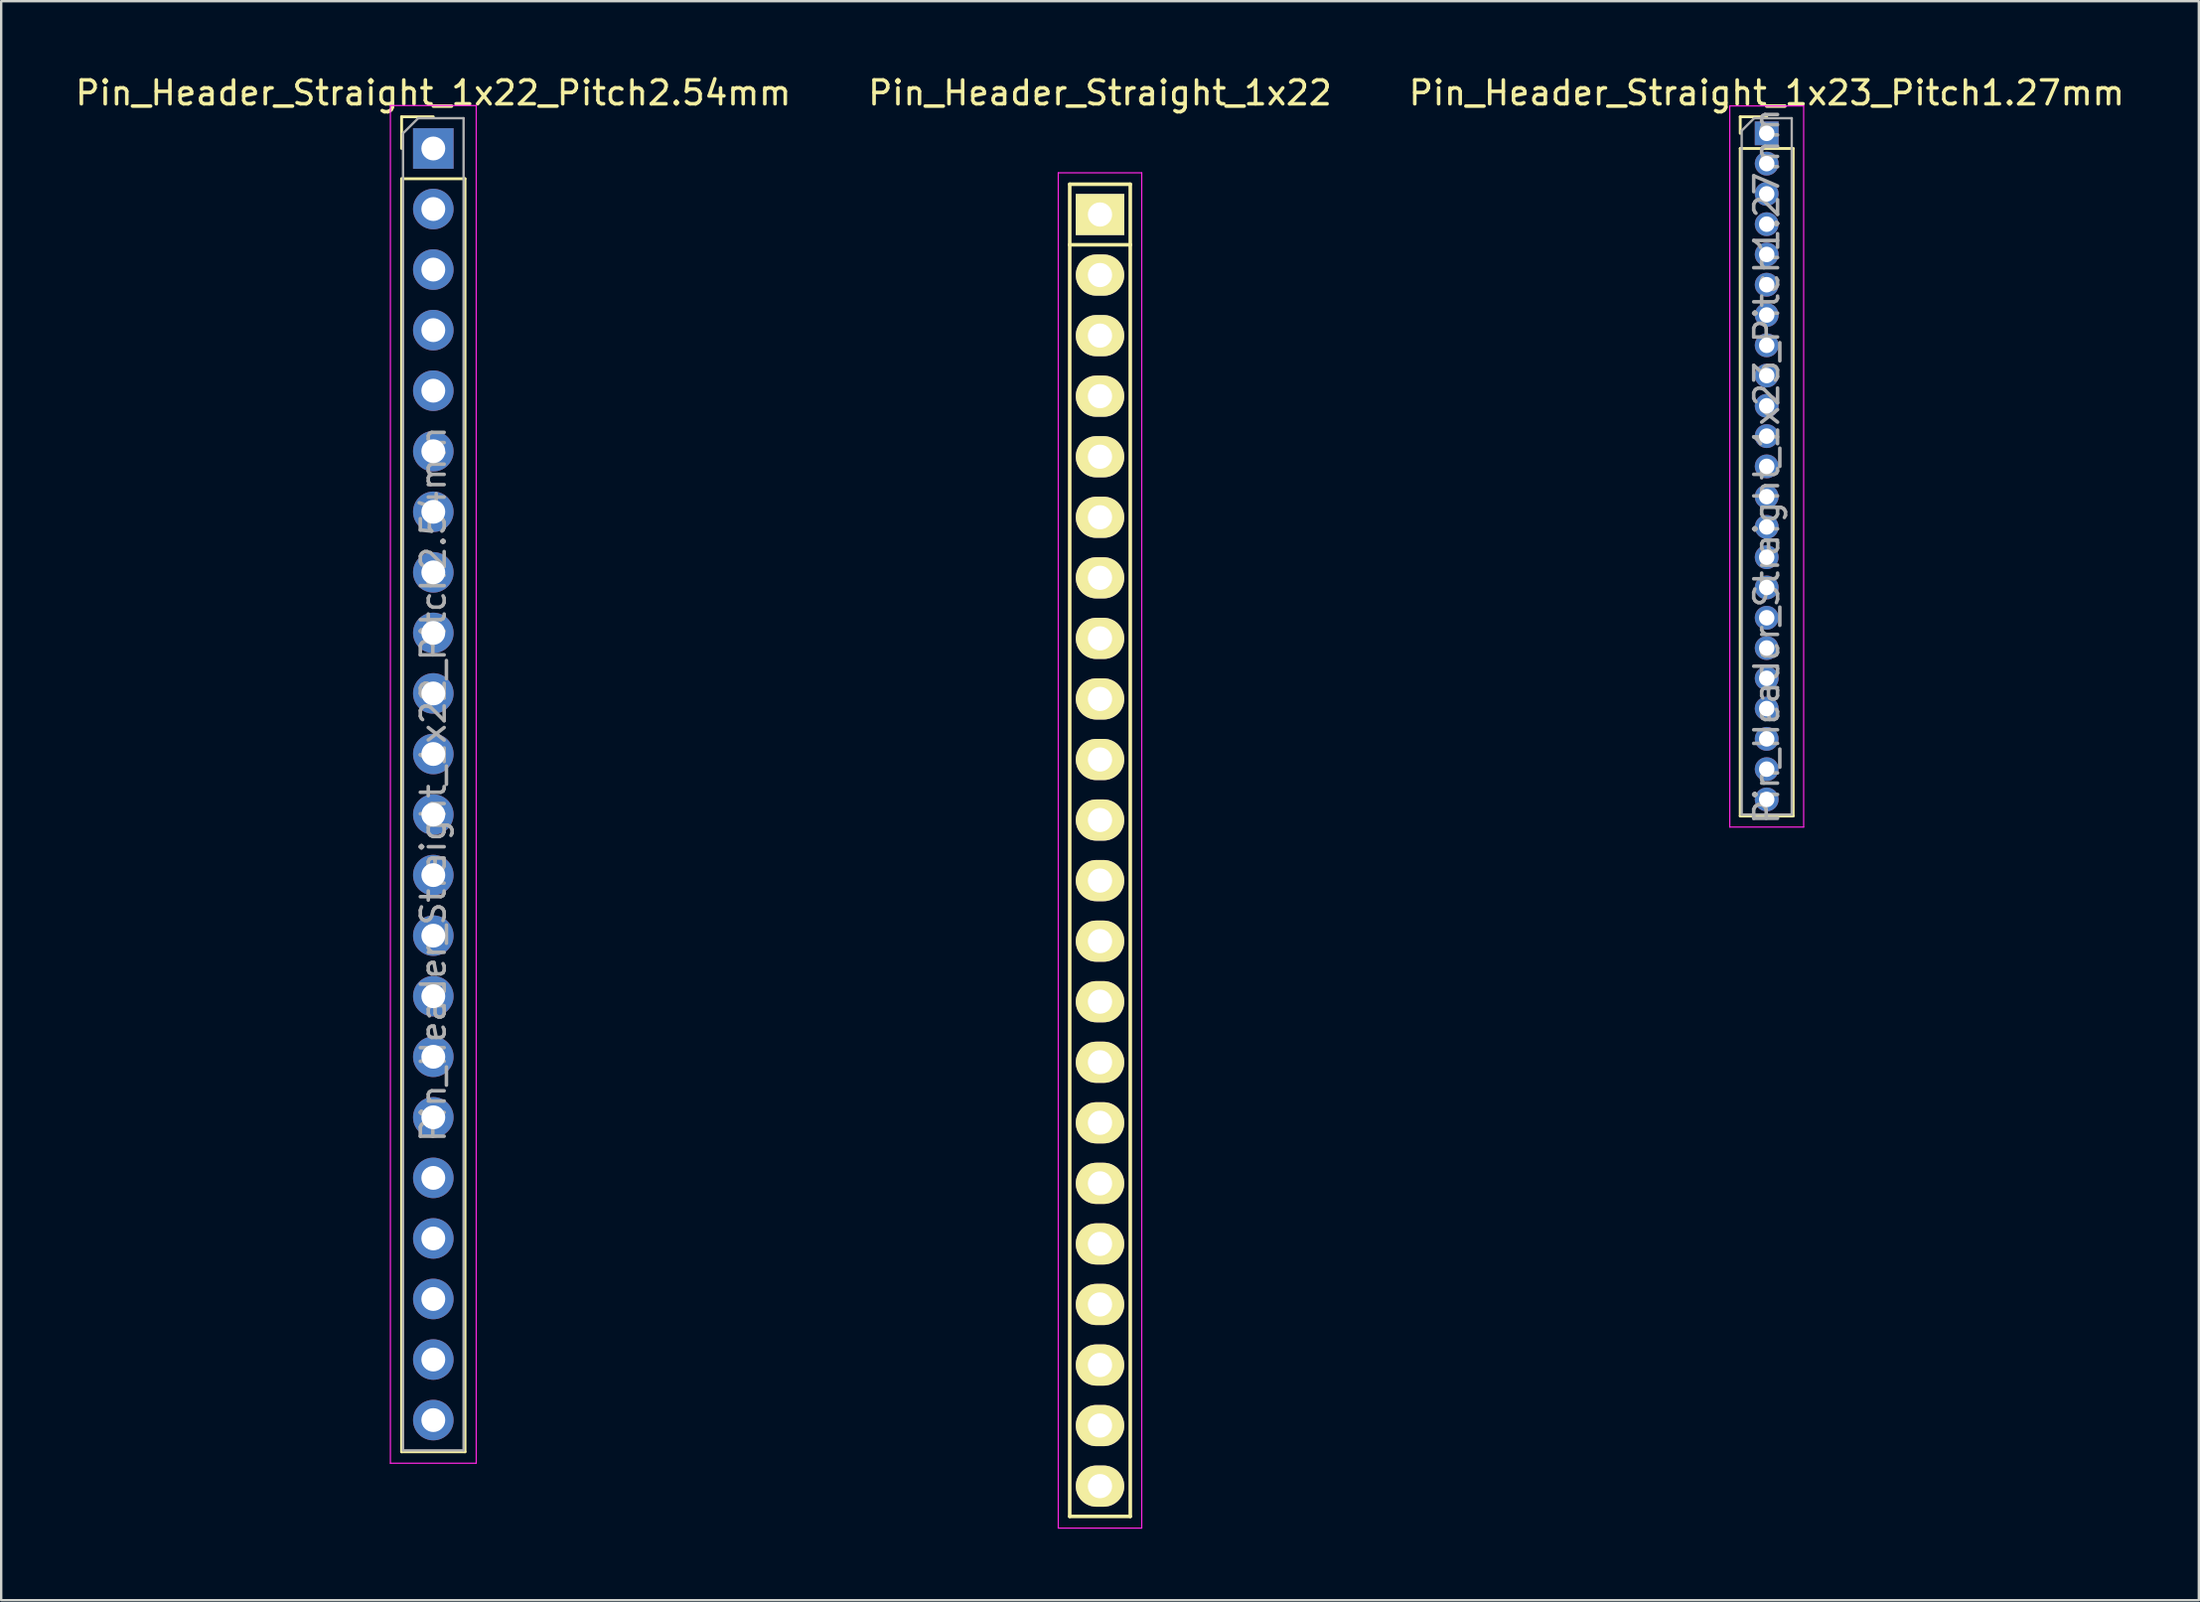
<source format=kicad_pcb>
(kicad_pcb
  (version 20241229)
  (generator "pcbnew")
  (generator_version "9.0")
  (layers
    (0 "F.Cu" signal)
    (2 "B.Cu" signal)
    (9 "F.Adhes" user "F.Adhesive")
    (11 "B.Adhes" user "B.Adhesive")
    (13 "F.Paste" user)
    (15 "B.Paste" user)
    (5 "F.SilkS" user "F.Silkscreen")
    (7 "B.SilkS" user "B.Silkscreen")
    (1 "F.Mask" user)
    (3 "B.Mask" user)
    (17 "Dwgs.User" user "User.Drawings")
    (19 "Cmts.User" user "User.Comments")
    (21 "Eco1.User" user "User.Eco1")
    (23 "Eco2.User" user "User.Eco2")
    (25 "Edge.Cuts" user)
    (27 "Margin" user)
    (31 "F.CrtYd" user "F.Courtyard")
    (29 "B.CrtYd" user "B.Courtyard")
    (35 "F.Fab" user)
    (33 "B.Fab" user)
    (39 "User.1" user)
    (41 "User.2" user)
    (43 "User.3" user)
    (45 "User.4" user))
  (footprint "Pin_Header_Straight_1x23_Pitch1.27mm"
    (layer "F.Cu")
    (at 71.054 2.543)
    (property "Reference" "Pin_Header_Straight_1x23_Pitch1.27mm" (at 0 -1.695 0) (layer "F.SilkS") (effects (font (size 1 1) (thickness 0.15))))
    (attr through_hole)
    (fp_line (start -1.11 -0.695) (end 0 -0.695) (stroke (width 0.12) (type solid)) (layer "F.SilkS"))
    (fp_line (start -1.11 0) (end -1.11 -0.695) (stroke (width 0.12) (type solid)) (layer "F.SilkS"))
    (fp_line (start -1.11 0.635) (end -1.11 28.635) (stroke (width 0.12) (type solid)) (layer "F.SilkS"))
    (fp_line (start -1.11 28.635) (end 1.11 28.635) (stroke (width 0.12) (type solid)) (layer "F.SilkS"))
    (fp_line (start 1.11 0.635) (end -1.11 0.635) (stroke (width 0.12) (type solid)) (layer "F.SilkS"))
    (fp_line (start 1.11 28.635) (end 1.11 0.635) (stroke (width 0.12) (type solid)) (layer "F.SilkS"))
    (fp_line (start -1.55 -1.15) (end -1.55 29.1) (stroke (width 0.05) (type solid)) (layer "F.CrtYd"))
    (fp_line (start -1.55 29.1) (end 1.55 29.1) (stroke (width 0.05) (type solid)) (layer "F.CrtYd"))
    (fp_line (start 1.55 -1.15) (end -1.55 -1.15) (stroke (width 0.05) (type solid)) (layer "F.CrtYd"))
    (fp_line (start 1.55 29.1) (end 1.55 -1.15) (stroke (width 0.05) (type solid)) (layer "F.CrtYd"))
    (fp_line (start -1.05 -0.11) (end -0.525 -0.635) (stroke (width 0.1) (type solid)) (layer "F.Fab"))
    (fp_line (start -1.05 28.575) (end -1.05 -0.11) (stroke (width 0.1) (type solid)) (layer "F.Fab"))
    (fp_line (start -0.525 -0.635) (end 1.05 -0.635) (stroke (width 0.1) (type solid)) (layer "F.Fab"))
    (fp_line (start 1.05 -0.635) (end 1.05 28.575) (stroke (width 0.1) (type solid)) (layer "F.Fab"))
    (fp_line (start 1.05 28.575) (end -1.05 28.575) (stroke (width 0.1) (type solid)) (layer "F.Fab"))
    (fp_text user "${REFERENCE}" (at 0 13.97 90) (layer "F.Fab") (effects (font (size 1 1) (thickness 0.15))))
    (pad "1" thru_hole rect (at 0 0) (size 1 1) (drill 0.65) (layers "*.Cu" "*.Mask"))
    (pad "2" thru_hole oval (at 0 1.27) (size 1 1) (drill 0.65) (layers "*.Cu" "*.Mask"))
    (pad "3" thru_hole oval (at 0 2.54) (size 1 1) (drill 0.65) (layers "*.Cu" "*.Mask"))
    (pad "4" thru_hole oval (at 0 3.81) (size 1 1) (drill 0.65) (layers "*.Cu" "*.Mask"))
    (pad "5" thru_hole oval (at 0 5.08) (size 1 1) (drill 0.65) (layers "*.Cu" "*.Mask"))
    (pad "6" thru_hole oval (at 0 6.35) (size 1 1) (drill 0.65) (layers "*.Cu" "*.Mask"))
    (pad "7" thru_hole oval (at 0 7.62) (size 1 1) (drill 0.65) (layers "*.Cu" "*.Mask"))
    (pad "8" thru_hole oval (at 0 8.89) (size 1 1) (drill 0.65) (layers "*.Cu" "*.Mask"))
    (pad "9" thru_hole oval (at 0 10.16) (size 1 1) (drill 0.65) (layers "*.Cu" "*.Mask"))
    (pad "10" thru_hole oval (at 0 11.43) (size 1 1) (drill 0.65) (layers "*.Cu" "*.Mask"))
    (pad "11" thru_hole oval (at 0 12.7) (size 1 1) (drill 0.65) (layers "*.Cu" "*.Mask"))
    (pad "12" thru_hole oval (at 0 13.97) (size 1 1) (drill 0.65) (layers "*.Cu" "*.Mask"))
    (pad "13" thru_hole oval (at 0 15.24) (size 1 1) (drill 0.65) (layers "*.Cu" "*.Mask"))
    (pad "14" thru_hole oval (at 0 16.51) (size 1 1) (drill 0.65) (layers "*.Cu" "*.Mask"))
    (pad "15" thru_hole oval (at 0 17.78) (size 1 1) (drill 0.65) (layers "*.Cu" "*.Mask"))
    (pad "16" thru_hole oval (at 0 19.05) (size 1 1) (drill 0.65) (layers "*.Cu" "*.Mask"))
    (pad "17" thru_hole oval (at 0 20.32) (size 1 1) (drill 0.65) (layers "*.Cu" "*.Mask"))
    (pad "18" thru_hole oval (at 0 21.59) (size 1 1) (drill 0.65) (layers "*.Cu" "*.Mask"))
    (pad "19" thru_hole oval (at 0 22.86) (size 1 1) (drill 0.65) (layers "*.Cu" "*.Mask"))
    (pad "20" thru_hole oval (at 0 24.13) (size 1 1) (drill 0.65) (layers "*.Cu" "*.Mask"))
    (pad "21" thru_hole oval (at 0 25.4) (size 1 1) (drill 0.65) (layers "*.Cu" "*.Mask"))
    (pad "22" thru_hole oval (at 0 26.67) (size 1 1) (drill 0.65) (layers "*.Cu" "*.Mask"))
    (pad "23" thru_hole oval (at 0 27.94) (size 1 1) (drill 0.65) (layers "*.Cu" "*.Mask")))
  (footprint "Pin_Header_Straight_1x22"
    (layer "F.Cu")
    (at 43.089 5.948)
    (property "Reference" "Pin_Header_Straight_1x22" (at 0 -5.1 0) (layer "F.SilkS") (effects (font (size 1 1) (thickness 0.15))))
    (attr through_hole)
    (fp_line (start -1.27 -1.27) (end -1.27 1.27) (stroke (width 0.15) (type solid)) (layer "F.SilkS"))
    (fp_line (start -1.27 1.27) (end -1.27 54.61) (stroke (width 0.15) (type solid)) (layer "F.SilkS"))
    (fp_line (start -1.27 54.61) (end 1.27 54.61) (stroke (width 0.15) (type solid)) (layer "F.SilkS"))
    (fp_line (start 1.27 -1.27) (end -1.27 -1.27) (stroke (width 0.15) (type solid)) (layer "F.SilkS"))
    (fp_line (start 1.27 -1.27) (end 1.27 1.27) (stroke (width 0.15) (type solid)) (layer "F.SilkS"))
    (fp_line (start 1.27 1.27) (end -1.27 1.27) (stroke (width 0.15) (type solid)) (layer "F.SilkS"))
    (fp_line (start 1.27 54.61) (end 1.27 1.27) (stroke (width 0.15) (type solid)) (layer "F.SilkS"))
    (fp_line (start -1.75 -1.75) (end -1.75 55.1) (stroke (width 0.05) (type solid)) (layer "F.CrtYd"))
    (fp_line (start -1.75 -1.75) (end 1.75 -1.75) (stroke (width 0.05) (type solid)) (layer "F.CrtYd"))
    (fp_line (start -1.75 55.1) (end 1.75 55.1) (stroke (width 0.05) (type solid)) (layer "F.CrtYd"))
    (fp_line (start 1.75 -1.75) (end 1.75 55.1) (stroke (width 0.05) (type solid)) (layer "F.CrtYd"))
    (pad "1" thru_hole rect (at 0 0) (size 2.032 1.727) (drill 1.016) (layers "*.Cu" "*.Mask" "F.SilkS"))
    (pad "2" thru_hole oval (at 0 2.54) (size 2.032 1.727) (drill 1.016) (layers "*.Cu" "*.Mask" "F.SilkS"))
    (pad "3" thru_hole oval (at 0 5.08) (size 2.032 1.727) (drill 1.016) (layers "*.Cu" "*.Mask" "F.SilkS"))
    (pad "4" thru_hole oval (at 0 7.62) (size 2.032 1.727) (drill 1.016) (layers "*.Cu" "*.Mask" "F.SilkS"))
    (pad "5" thru_hole oval (at 0 10.16) (size 2.032 1.727) (drill 1.016) (layers "*.Cu" "*.Mask" "F.SilkS"))
    (pad "6" thru_hole oval (at 0 12.7) (size 2.032 1.727) (drill 1.016) (layers "*.Cu" "*.Mask" "F.SilkS"))
    (pad "7" thru_hole oval (at 0 15.24) (size 2.032 1.727) (drill 1.016) (layers "*.Cu" "*.Mask" "F.SilkS"))
    (pad "8" thru_hole oval (at 0 17.78) (size 2.032 1.727) (drill 1.016) (layers "*.Cu" "*.Mask" "F.SilkS"))
    (pad "9" thru_hole oval (at 0 20.32) (size 2.032 1.727) (drill 1.016) (layers "*.Cu" "*.Mask" "F.SilkS"))
    (pad "10" thru_hole oval (at 0 22.86) (size 2.032 1.727) (drill 1.016) (layers "*.Cu" "*.Mask" "F.SilkS"))
    (pad "11" thru_hole oval (at 0 25.4) (size 2.032 1.727) (drill 1.016) (layers "*.Cu" "*.Mask" "F.SilkS"))
    (pad "12" thru_hole oval (at 0 27.94) (size 2.032 1.727) (drill 1.016) (layers "*.Cu" "*.Mask" "F.SilkS"))
    (pad "13" thru_hole oval (at 0 30.48) (size 2.032 1.727) (drill 1.016) (layers "*.Cu" "*.Mask" "F.SilkS"))
    (pad "14" thru_hole oval (at 0 33.02) (size 2.032 1.727) (drill 1.016) (layers "*.Cu" "*.Mask" "F.SilkS"))
    (pad "15" thru_hole oval (at 0 35.56) (size 2.032 1.727) (drill 1.016) (layers "*.Cu" "*.Mask" "F.SilkS"))
    (pad "16" thru_hole oval (at 0 38.1) (size 2.032 1.727) (drill 1.016) (layers "*.Cu" "*.Mask" "F.SilkS"))
    (pad "17" thru_hole oval (at 0 40.64) (size 2.032 1.727) (drill 1.016) (layers "*.Cu" "*.Mask" "F.SilkS"))
    (pad "18" thru_hole oval (at 0 43.18) (size 2.032 1.727) (drill 1.016) (layers "*.Cu" "*.Mask" "F.SilkS"))
    (pad "19" thru_hole oval (at 0 45.72) (size 2.032 1.727) (drill 1.016) (layers "*.Cu" "*.Mask" "F.SilkS"))
    (pad "20" thru_hole oval (at 0 48.26) (size 2.032 1.727) (drill 1.016) (layers "*.Cu" "*.Mask" "F.SilkS"))
    (pad "21" thru_hole oval (at 0 50.8) (size 2.032 1.727) (drill 1.016) (layers "*.Cu" "*.Mask" "F.SilkS"))
    (pad "22" thru_hole oval (at 0 53.34) (size 2.032 1.727) (drill 1.016) (layers "*.Cu" "*.Mask" "F.SilkS")))
  (footprint "Pin_Header_Straight_1x22_Pitch2.54mm"
    (layer "F.Cu")
    (at 15.125 3.178)
    (property "Reference" "Pin_Header_Straight_1x22_Pitch2.54mm" (at 0 -2.33 0) (layer "F.SilkS") (effects (font (size 1 1) (thickness 0.15))))
    (attr through_hole)
    (fp_line (start -1.33 -1.33) (end 0 -1.33) (stroke (width 0.12) (type solid)) (layer "F.SilkS"))
    (fp_line (start -1.33 0) (end -1.33 -1.33) (stroke (width 0.12) (type solid)) (layer "F.SilkS"))
    (fp_line (start -1.33 1.27) (end -1.33 54.67) (stroke (width 0.12) (type solid)) (layer "F.SilkS"))
    (fp_line (start -1.33 54.67) (end 1.33 54.67) (stroke (width 0.12) (type solid)) (layer "F.SilkS"))
    (fp_line (start 1.33 1.27) (end -1.33 1.27) (stroke (width 0.12) (type solid)) (layer "F.SilkS"))
    (fp_line (start 1.33 54.67) (end 1.33 1.27) (stroke (width 0.12) (type solid)) (layer "F.SilkS"))
    (fp_line (start -1.8 -1.8) (end -1.8 55.15) (stroke (width 0.05) (type solid)) (layer "F.CrtYd"))
    (fp_line (start -1.8 55.15) (end 1.8 55.15) (stroke (width 0.05) (type solid)) (layer "F.CrtYd"))
    (fp_line (start 1.8 -1.8) (end -1.8 -1.8) (stroke (width 0.05) (type solid)) (layer "F.CrtYd"))
    (fp_line (start 1.8 55.15) (end 1.8 -1.8) (stroke (width 0.05) (type solid)) (layer "F.CrtYd"))
    (fp_line (start -1.27 -0.635) (end -0.635 -1.27) (stroke (width 0.1) (type solid)) (layer "F.Fab"))
    (fp_line (start -1.27 54.61) (end -1.27 -0.635) (stroke (width 0.1) (type solid)) (layer "F.Fab"))
    (fp_line (start -0.635 -1.27) (end 1.27 -1.27) (stroke (width 0.1) (type solid)) (layer "F.Fab"))
    (fp_line (start 1.27 -1.27) (end 1.27 54.61) (stroke (width 0.1) (type solid)) (layer "F.Fab"))
    (fp_line (start 1.27 54.61) (end -1.27 54.61) (stroke (width 0.1) (type solid)) (layer "F.Fab"))
    (fp_text user "${REFERENCE}" (at 0 26.67 90) (layer "F.Fab") (effects (font (size 1 1) (thickness 0.15))))
    (pad "1" thru_hole rect (at 0 0) (size 1.7 1.7) (drill 1) (layers "*.Cu" "*.Mask"))
    (pad "2" thru_hole oval (at 0 2.54) (size 1.7 1.7) (drill 1) (layers "*.Cu" "*.Mask"))
    (pad "3" thru_hole oval (at 0 5.08) (size 1.7 1.7) (drill 1) (layers "*.Cu" "*.Mask"))
    (pad "4" thru_hole oval (at 0 7.62) (size 1.7 1.7) (drill 1) (layers "*.Cu" "*.Mask"))
    (pad "5" thru_hole oval (at 0 10.16) (size 1.7 1.7) (drill 1) (layers "*.Cu" "*.Mask"))
    (pad "6" thru_hole oval (at 0 12.7) (size 1.7 1.7) (drill 1) (layers "*.Cu" "*.Mask"))
    (pad "7" thru_hole oval (at 0 15.24) (size 1.7 1.7) (drill 1) (layers "*.Cu" "*.Mask"))
    (pad "8" thru_hole oval (at 0 17.78) (size 1.7 1.7) (drill 1) (layers "*.Cu" "*.Mask"))
    (pad "9" thru_hole oval (at 0 20.32) (size 1.7 1.7) (drill 1) (layers "*.Cu" "*.Mask"))
    (pad "10" thru_hole oval (at 0 22.86) (size 1.7 1.7) (drill 1) (layers "*.Cu" "*.Mask"))
    (pad "11" thru_hole oval (at 0 25.4) (size 1.7 1.7) (drill 1) (layers "*.Cu" "*.Mask"))
    (pad "12" thru_hole oval (at 0 27.94) (size 1.7 1.7) (drill 1) (layers "*.Cu" "*.Mask"))
    (pad "13" thru_hole oval (at 0 30.48) (size 1.7 1.7) (drill 1) (layers "*.Cu" "*.Mask"))
    (pad "14" thru_hole oval (at 0 33.02) (size 1.7 1.7) (drill 1) (layers "*.Cu" "*.Mask"))
    (pad "15" thru_hole oval (at 0 35.56) (size 1.7 1.7) (drill 1) (layers "*.Cu" "*.Mask"))
    (pad "16" thru_hole oval (at 0 38.1) (size 1.7 1.7) (drill 1) (layers "*.Cu" "*.Mask"))
    (pad "17" thru_hole oval (at 0 40.64) (size 1.7 1.7) (drill 1) (layers "*.Cu" "*.Mask"))
    (pad "18" thru_hole oval (at 0 43.18) (size 1.7 1.7) (drill 1) (layers "*.Cu" "*.Mask"))
    (pad "19" thru_hole oval (at 0 45.72) (size 1.7 1.7) (drill 1) (layers "*.Cu" "*.Mask"))
    (pad "20" thru_hole oval (at 0 48.26) (size 1.7 1.7) (drill 1) (layers "*.Cu" "*.Mask"))
    (pad "21" thru_hole oval (at 0 50.8) (size 1.7 1.7) (drill 1) (layers "*.Cu" "*.Mask"))
    (pad "22" thru_hole oval (at 0 53.34) (size 1.7 1.7) (drill 1) (layers "*.Cu" "*.Mask")))
  (gr_rect
    (start -3 -3)
    (end 89.179 64.073)
    (stroke (width 0.1) (type default))
    (fill no)
    (layer "Edge.Cuts")))
</source>
